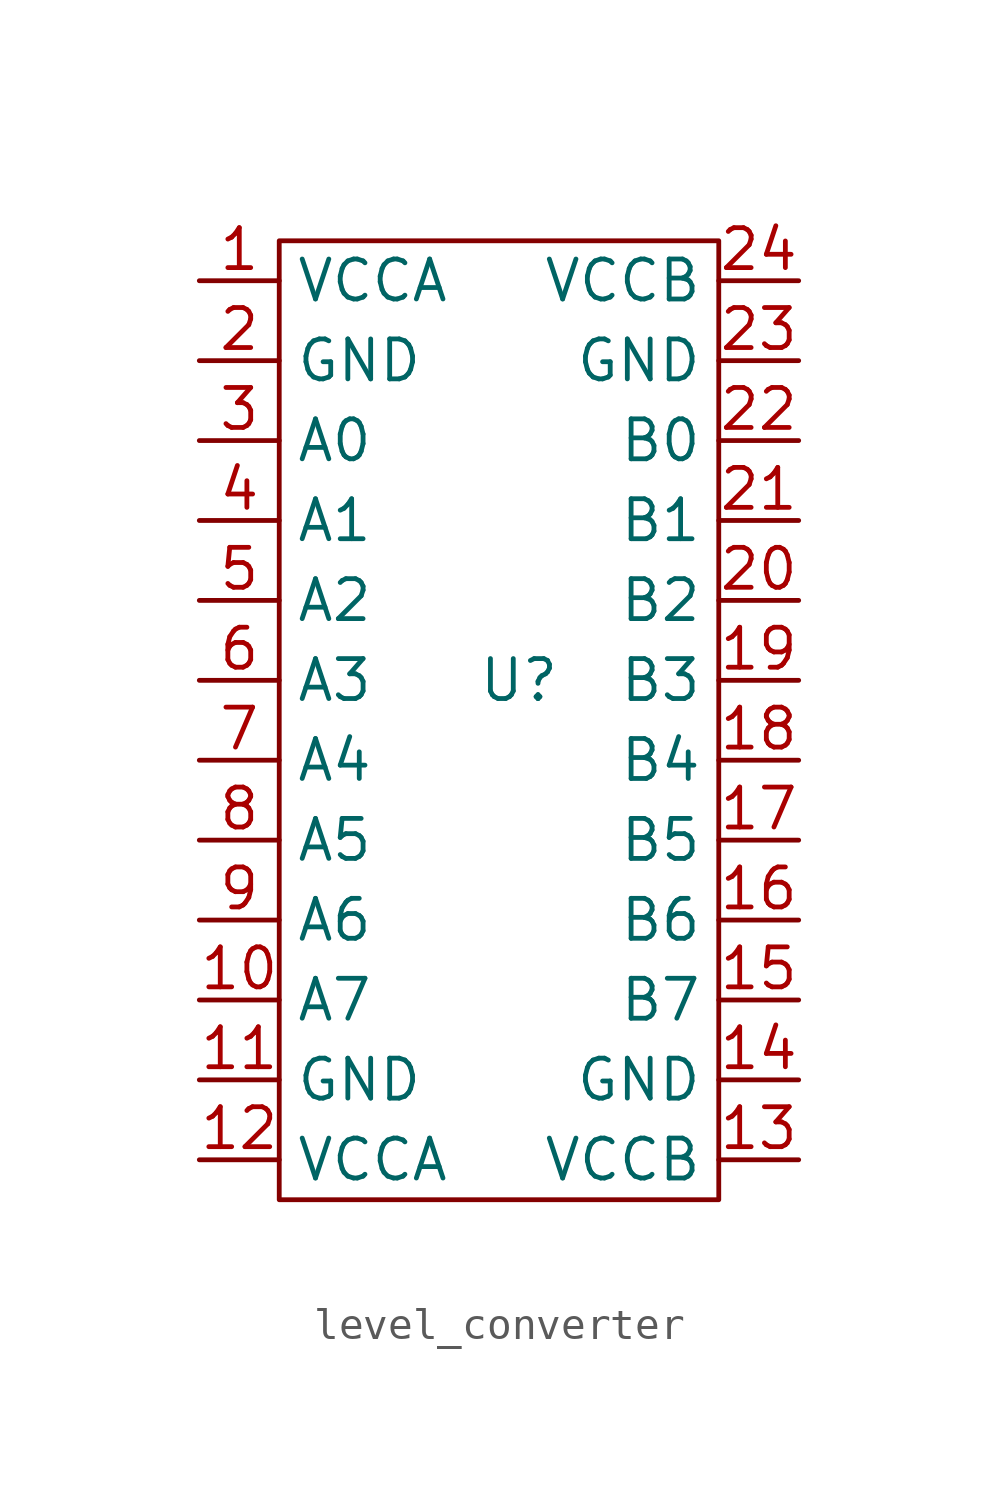
<source format=kicad_sym>
(kicad_symbol_lib
  (version 20220914)
  (generator kicad_symbol_editor)
  (symbol "level_converter"
    (property "Reference" "U"
      (at 0 0 0)
      (effects (font (size 1.27 1.27))))
    (property "Value" ""
      (at 0 0 0)
      (effects (font (size 1.27 1.27))))
    (symbol "level_converter_0_1"
      (rectangle (start -7.62 13.97) (end 6.35 -16.51) (stroke (width 0) (type default)) (fill (type none))))
    (symbol "level_converter_1_1"
      (pin power_in line (at -10.16 12.7 0) (length 2.54) (name "VCCA" (effects (font (size 1.27 1.27)))) (number "1" (effects (font (size 1.27 1.27)))))
      (pin bidirectional line (at -10.16 -10.16 0) (length 2.54) (name "A7" (effects (font (size 1.27 1.27)))) (number "10" (effects (font (size 1.27 1.27)))))
      (pin power_in line (at -10.16 -12.7 0) (length 2.54) (name "GND" (effects (font (size 1.27 1.27)))) (number "11" (effects (font (size 1.27 1.27)))))
      (pin power_in line (at -10.16 -15.24 0) (length 2.54) (name "VCCA" (effects (font (size 1.27 1.27)))) (number "12" (effects (font (size 1.27 1.27)))))
      (pin power_in line (at 8.89 -15.24 180) (length 2.54) (name "VCCB" (effects (font (size 1.27 1.27)))) (number "13" (effects (font (size 1.27 1.27)))))
      (pin power_in line (at 8.89 -12.7 180) (length 2.54) (name "GND" (effects (font (size 1.27 1.27)))) (number "14" (effects (font (size 1.27 1.27)))))
      (pin bidirectional line (at 8.89 -10.16 180) (length 2.54) (name "B7" (effects (font (size 1.27 1.27)))) (number "15" (effects (font (size 1.27 1.27)))))
      (pin bidirectional line (at 8.89 -7.62 180) (length 2.54) (name "B6" (effects (font (size 1.27 1.27)))) (number "16" (effects (font (size 1.27 1.27)))))
      (pin bidirectional line (at 8.89 -5.08 180) (length 2.54) (name "B5" (effects (font (size 1.27 1.27)))) (number "17" (effects (font (size 1.27 1.27)))))
      (pin bidirectional line (at 8.89 -2.54 180) (length 2.54) (name "B4" (effects (font (size 1.27 1.27)))) (number "18" (effects (font (size 1.27 1.27)))))
      (pin bidirectional line (at 8.89 0 180) (length 2.54) (name "B3" (effects (font (size 1.27 1.27)))) (number "19" (effects (font (size 1.27 1.27)))))
      (pin power_in line (at -10.16 10.16 0) (length 2.54) (name "GND" (effects (font (size 1.27 1.27)))) (number "2" (effects (font (size 1.27 1.27)))))
      (pin bidirectional line (at 8.89 2.54 180) (length 2.54) (name "B2" (effects (font (size 1.27 1.27)))) (number "20" (effects (font (size 1.27 1.27)))))
      (pin bidirectional line (at 8.89 5.08 180) (length 2.54) (name "B1" (effects (font (size 1.27 1.27)))) (number "21" (effects (font (size 1.27 1.27)))))
      (pin bidirectional line (at 8.89 7.62 180) (length 2.54) (name "B0" (effects (font (size 1.27 1.27)))) (number "22" (effects (font (size 1.27 1.27)))))
      (pin power_in line (at 8.89 10.16 180) (length 2.54) (name "GND" (effects (font (size 1.27 1.27)))) (number "23" (effects (font (size 1.27 1.27)))))
      (pin power_in line (at 8.89 12.7 180) (length 2.54) (name "VCCB" (effects (font (size 1.27 1.27)))) (number "24" (effects (font (size 1.27 1.27)))))
      (pin bidirectional line (at -10.16 7.62 0) (length 2.54) (name "A0" (effects (font (size 1.27 1.27)))) (number "3" (effects (font (size 1.27 1.27)))))
      (pin bidirectional line (at -10.16 5.08 0) (length 2.54) (name "A1" (effects (font (size 1.27 1.27)))) (number "4" (effects (font (size 1.27 1.27)))))
      (pin bidirectional line (at -10.16 2.54 0) (length 2.54) (name "A2" (effects (font (size 1.27 1.27)))) (number "5" (effects (font (size 1.27 1.27)))))
      (pin bidirectional line (at -10.16 0 0) (length 2.54) (name "A3" (effects (font (size 1.27 1.27)))) (number "6" (effects (font (size 1.27 1.27)))))
      (pin bidirectional line (at -10.16 -2.54 0) (length 2.54) (name "A4" (effects (font (size 1.27 1.27)))) (number "7" (effects (font (size 1.27 1.27)))))
      (pin bidirectional line (at -10.16 -5.08 0) (length 2.54) (name "A5" (effects (font (size 1.27 1.27)))) (number "8" (effects (font (size 1.27 1.27)))))
      (pin bidirectional line (at -10.16 -7.62 0) (length 2.54) (name "A6" (effects (font (size 1.27 1.27)))) (number "9" (effects (font (size 1.27 1.27))))))))
</source>
